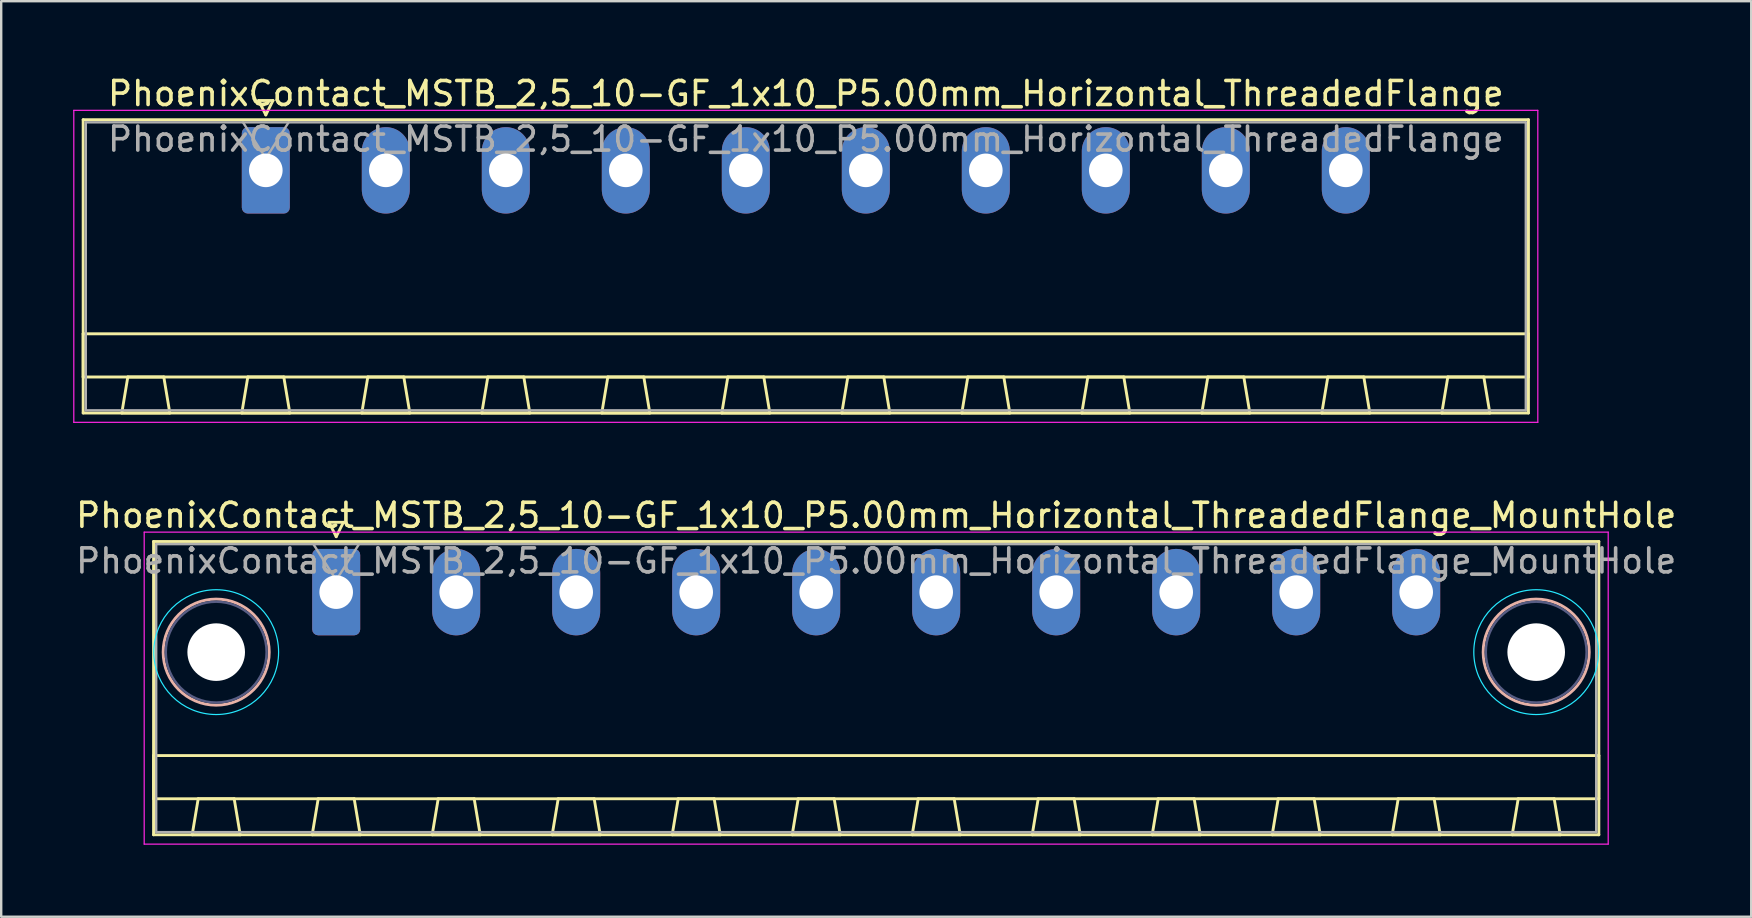
<source format=kicad_pcb>
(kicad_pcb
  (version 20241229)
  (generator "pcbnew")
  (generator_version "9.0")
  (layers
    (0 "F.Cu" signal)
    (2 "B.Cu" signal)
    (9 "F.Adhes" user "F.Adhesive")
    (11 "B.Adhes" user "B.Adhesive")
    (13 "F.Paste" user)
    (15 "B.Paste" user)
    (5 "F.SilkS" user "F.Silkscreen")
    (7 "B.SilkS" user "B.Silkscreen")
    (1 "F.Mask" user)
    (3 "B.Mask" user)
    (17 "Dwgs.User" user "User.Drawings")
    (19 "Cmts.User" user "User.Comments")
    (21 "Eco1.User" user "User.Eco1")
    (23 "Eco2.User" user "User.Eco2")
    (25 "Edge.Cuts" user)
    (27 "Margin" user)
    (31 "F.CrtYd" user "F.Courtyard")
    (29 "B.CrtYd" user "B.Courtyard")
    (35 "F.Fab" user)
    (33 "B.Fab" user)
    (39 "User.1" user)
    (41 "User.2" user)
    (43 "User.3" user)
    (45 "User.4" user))
  (footprint "PhoenixContact_MSTB_2,5_10-GF_1x10_P5.00mm_Horizontal_ThreadedFlange_MountHole"
    (layer "F.Cu")
    (at 10.958 21.622)
    (property "Reference" "PhoenixContact_MSTB_2,5_10-GF_1x10_P5.00mm_Horizontal_ThreadedFlange_MountHole" (at 22.5 -3.2 0) (layer "F.SilkS") (effects (font (size 1 1) (thickness 0.15))))
    (attr through_hole)
    (fp_line (start -7.61 -2.11) (end -7.61 10.11) (stroke (width 0.12) (type solid)) (layer "F.SilkS"))
    (fp_line (start -7.61 6.81) (end 52.61 6.81) (stroke (width 0.12) (type solid)) (layer "F.SilkS"))
    (fp_line (start -7.61 8.61) (end -7.61 6.81) (stroke (width 0.12) (type solid)) (layer "F.SilkS"))
    (fp_line (start -7.61 10.11) (end 52.61 10.11) (stroke (width 0.12) (type solid)) (layer "F.SilkS"))
    (fp_line (start -6 10.11) (end -4 10.11) (stroke (width 0.12) (type solid)) (layer "F.SilkS"))
    (fp_line (start -5.75 8.61) (end -6 10.11) (stroke (width 0.12) (type solid)) (layer "F.SilkS"))
    (fp_line (start -4.25 8.61) (end -5.75 8.61) (stroke (width 0.12) (type solid)) (layer "F.SilkS"))
    (fp_line (start -4 10.11) (end -4.25 8.61) (stroke (width 0.12) (type solid)) (layer "F.SilkS"))
    (fp_line (start -1 10.11) (end 1 10.11) (stroke (width 0.12) (type solid)) (layer "F.SilkS"))
    (fp_line (start -0.75 8.61) (end -1 10.11) (stroke (width 0.12) (type solid)) (layer "F.SilkS"))
    (fp_line (start -0.3 -2.91) (end 0.3 -2.91) (stroke (width 0.12) (type solid)) (layer "F.SilkS"))
    (fp_line (start 0 -2.31) (end -0.3 -2.91) (stroke (width 0.12) (type solid)) (layer "F.SilkS"))
    (fp_line (start 0.3 -2.91) (end 0 -2.31) (stroke (width 0.12) (type solid)) (layer "F.SilkS"))
    (fp_line (start 0.75 8.61) (end -0.75 8.61) (stroke (width 0.12) (type solid)) (layer "F.SilkS"))
    (fp_line (start 1 10.11) (end 0.75 8.61) (stroke (width 0.12) (type solid)) (layer "F.SilkS"))
    (fp_line (start 4 10.11) (end 6 10.11) (stroke (width 0.12) (type solid)) (layer "F.SilkS"))
    (fp_line (start 4.25 8.61) (end 4 10.11) (stroke (width 0.12) (type solid)) (layer "F.SilkS"))
    (fp_line (start 5.75 8.61) (end 4.25 8.61) (stroke (width 0.12) (type solid)) (layer "F.SilkS"))
    (fp_line (start 6 10.11) (end 5.75 8.61) (stroke (width 0.12) (type solid)) (layer "F.SilkS"))
    (fp_line (start 9 10.11) (end 11 10.11) (stroke (width 0.12) (type solid)) (layer "F.SilkS"))
    (fp_line (start 9.25 8.61) (end 9 10.11) (stroke (width 0.12) (type solid)) (layer "F.SilkS"))
    (fp_line (start 10.75 8.61) (end 9.25 8.61) (stroke (width 0.12) (type solid)) (layer "F.SilkS"))
    (fp_line (start 11 10.11) (end 10.75 8.61) (stroke (width 0.12) (type solid)) (layer "F.SilkS"))
    (fp_line (start 14 10.11) (end 16 10.11) (stroke (width 0.12) (type solid)) (layer "F.SilkS"))
    (fp_line (start 14.25 8.61) (end 14 10.11) (stroke (width 0.12) (type solid)) (layer "F.SilkS"))
    (fp_line (start 15.75 8.61) (end 14.25 8.61) (stroke (width 0.12) (type solid)) (layer "F.SilkS"))
    (fp_line (start 16 10.11) (end 15.75 8.61) (stroke (width 0.12) (type solid)) (layer "F.SilkS"))
    (fp_line (start 19 10.11) (end 21 10.11) (stroke (width 0.12) (type solid)) (layer "F.SilkS"))
    (fp_line (start 19.25 8.61) (end 19 10.11) (stroke (width 0.12) (type solid)) (layer "F.SilkS"))
    (fp_line (start 20.75 8.61) (end 19.25 8.61) (stroke (width 0.12) (type solid)) (layer "F.SilkS"))
    (fp_line (start 21 10.11) (end 20.75 8.61) (stroke (width 0.12) (type solid)) (layer "F.SilkS"))
    (fp_line (start 24 10.11) (end 26 10.11) (stroke (width 0.12) (type solid)) (layer "F.SilkS"))
    (fp_line (start 24.25 8.61) (end 24 10.11) (stroke (width 0.12) (type solid)) (layer "F.SilkS"))
    (fp_line (start 25.75 8.61) (end 24.25 8.61) (stroke (width 0.12) (type solid)) (layer "F.SilkS"))
    (fp_line (start 26 10.11) (end 25.75 8.61) (stroke (width 0.12) (type solid)) (layer "F.SilkS"))
    (fp_line (start 29 10.11) (end 31 10.11) (stroke (width 0.12) (type solid)) (layer "F.SilkS"))
    (fp_line (start 29.25 8.61) (end 29 10.11) (stroke (width 0.12) (type solid)) (layer "F.SilkS"))
    (fp_line (start 30.75 8.61) (end 29.25 8.61) (stroke (width 0.12) (type solid)) (layer "F.SilkS"))
    (fp_line (start 31 10.11) (end 30.75 8.61) (stroke (width 0.12) (type solid)) (layer "F.SilkS"))
    (fp_line (start 34 10.11) (end 36 10.11) (stroke (width 0.12) (type solid)) (layer "F.SilkS"))
    (fp_line (start 34.25 8.61) (end 34 10.11) (stroke (width 0.12) (type solid)) (layer "F.SilkS"))
    (fp_line (start 35.75 8.61) (end 34.25 8.61) (stroke (width 0.12) (type solid)) (layer "F.SilkS"))
    (fp_line (start 36 10.11) (end 35.75 8.61) (stroke (width 0.12) (type solid)) (layer "F.SilkS"))
    (fp_line (start 39 10.11) (end 41 10.11) (stroke (width 0.12) (type solid)) (layer "F.SilkS"))
    (fp_line (start 39.25 8.61) (end 39 10.11) (stroke (width 0.12) (type solid)) (layer "F.SilkS"))
    (fp_line (start 40.75 8.61) (end 39.25 8.61) (stroke (width 0.12) (type solid)) (layer "F.SilkS"))
    (fp_line (start 41 10.11) (end 40.75 8.61) (stroke (width 0.12) (type solid)) (layer "F.SilkS"))
    (fp_line (start 44 10.11) (end 46 10.11) (stroke (width 0.12) (type solid)) (layer "F.SilkS"))
    (fp_line (start 44.25 8.61) (end 44 10.11) (stroke (width 0.12) (type solid)) (layer "F.SilkS"))
    (fp_line (start 45.75 8.61) (end 44.25 8.61) (stroke (width 0.12) (type solid)) (layer "F.SilkS"))
    (fp_line (start 46 10.11) (end 45.75 8.61) (stroke (width 0.12) (type solid)) (layer "F.SilkS"))
    (fp_line (start 49 10.11) (end 51 10.11) (stroke (width 0.12) (type solid)) (layer "F.SilkS"))
    (fp_line (start 49.25 8.61) (end 49 10.11) (stroke (width 0.12) (type solid)) (layer "F.SilkS"))
    (fp_line (start 50.75 8.61) (end 49.25 8.61) (stroke (width 0.12) (type solid)) (layer "F.SilkS"))
    (fp_line (start 51 10.11) (end 50.75 8.61) (stroke (width 0.12) (type solid)) (layer "F.SilkS"))
    (fp_line (start 52.61 -2.11) (end -7.61 -2.11) (stroke (width 0.12) (type solid)) (layer "F.SilkS"))
    (fp_line (start 52.61 6.81) (end 52.61 8.61) (stroke (width 0.12) (type solid)) (layer "F.SilkS"))
    (fp_line (start 52.61 8.61) (end -7.61 8.61) (stroke (width 0.12) (type solid)) (layer "F.SilkS"))
    (fp_line (start 52.61 10.11) (end 52.61 -2.11) (stroke (width 0.12) (type solid)) (layer "F.SilkS"))
    (fp_circle (center -5 2.5) (end -2.79 2.5) (stroke (width 0.12) (type solid)) (fill no) (layer "B.SilkS"))
    (fp_circle (center 50 2.5) (end 52.21 2.5) (stroke (width 0.12) (type solid)) (fill no) (layer "B.SilkS"))
    (fp_circle (center -5 2.5) (end -2.4 2.5) (stroke (width 0.05) (type solid)) (fill no) (layer "B.CrtYd"))
    (fp_circle (center 50 2.5) (end 52.6 2.5) (stroke (width 0.05) (type solid)) (fill no) (layer "B.CrtYd"))
    (fp_line (start -8 -2.5) (end -8 10.5) (stroke (width 0.05) (type solid)) (layer "F.CrtYd"))
    (fp_line (start -8 10.5) (end 53 10.5) (stroke (width 0.05) (type solid)) (layer "F.CrtYd"))
    (fp_line (start 53 -2.5) (end -8 -2.5) (stroke (width 0.05) (type solid)) (layer "F.CrtYd"))
    (fp_line (start 53 10.5) (end 53 -2.5) (stroke (width 0.05) (type solid)) (layer "F.CrtYd"))
    (fp_circle (center -5 2.5) (end -2.9 2.5) (stroke (width 0.1) (type solid)) (fill no) (layer "B.Fab"))
    (fp_circle (center 50 2.5) (end 52.1 2.5) (stroke (width 0.1) (type solid)) (fill no) (layer "B.Fab"))
    (fp_line (start -7.5 -2) (end -7.5 10) (stroke (width 0.1) (type solid)) (layer "F.Fab"))
    (fp_line (start -7.5 10) (end 52.5 10) (stroke (width 0.1) (type solid)) (layer "F.Fab"))
    (fp_line (start 0 -0.5) (end -0.95 -2) (stroke (width 0.1) (type solid)) (layer "F.Fab"))
    (fp_line (start 0.95 -2) (end 0 -0.5) (stroke (width 0.1) (type solid)) (layer "F.Fab"))
    (fp_line (start 52.5 -2) (end -7.5 -2) (stroke (width 0.1) (type solid)) (layer "F.Fab"))
    (fp_line (start 52.5 10) (end 52.5 -2) (stroke (width 0.1) (type solid)) (layer "F.Fab"))
    (fp_text user "${REFERENCE}" (at 22.5 -1.3 0) (layer "F.Fab") (effects (font (size 1 1) (thickness 0.15))))
    (pad "" np_thru_hole circle (at -5 2.5) (size 2.4 2.4) (drill 2.4) (layers "*.Cu" "*.Mask"))
    (pad "" np_thru_hole circle (at 50 2.5) (size 2.4 2.4) (drill 2.4) (layers "*.Cu" "*.Mask"))
    (pad "1" thru_hole roundrect (at 0 0) (size 2 3.6) (drill 1.4) (layers "*.Cu" "*.Mask") (roundrect_rratio 0.125))
    (pad "2" thru_hole oval (at 5 0) (size 2 3.6) (drill 1.4) (layers "*.Cu" "*.Mask"))
    (pad "3" thru_hole oval (at 10 0) (size 2 3.6) (drill 1.4) (layers "*.Cu" "*.Mask"))
    (pad "4" thru_hole oval (at 15 0) (size 2 3.6) (drill 1.4) (layers "*.Cu" "*.Mask"))
    (pad "5" thru_hole oval (at 20 0) (size 2 3.6) (drill 1.4) (layers "*.Cu" "*.Mask"))
    (pad "6" thru_hole oval (at 25 0) (size 2 3.6) (drill 1.4) (layers "*.Cu" "*.Mask"))
    (pad "7" thru_hole oval (at 30 0) (size 2 3.6) (drill 1.4) (layers "*.Cu" "*.Mask"))
    (pad "8" thru_hole oval (at 35 0) (size 2 3.6) (drill 1.4) (layers "*.Cu" "*.Mask"))
    (pad "9" thru_hole oval (at 40 0) (size 2 3.6) (drill 1.4) (layers "*.Cu" "*.Mask"))
    (pad "10" thru_hole oval (at 45 0) (size 2 3.6) (drill 1.4) (layers "*.Cu" "*.Mask")))
  (footprint "PhoenixContact_MSTB_2,5_10-GF_1x10_P5.00mm_Horizontal_ThreadedFlange"
    (layer "F.Cu")
    (at 8.025 4.048)
    (property "Reference" "PhoenixContact_MSTB_2,5_10-GF_1x10_P5.00mm_Horizontal_ThreadedFlange" (at 22.5 -3.2 0) (layer "F.SilkS") (effects (font (size 1 1) (thickness 0.15))))
    (attr through_hole)
    (fp_line (start -7.61 -2.11) (end -7.61 10.11) (stroke (width 0.12) (type solid)) (layer "F.SilkS"))
    (fp_line (start -7.61 6.81) (end 52.61 6.81) (stroke (width 0.12) (type solid)) (layer "F.SilkS"))
    (fp_line (start -7.61 8.61) (end -7.61 6.81) (stroke (width 0.12) (type solid)) (layer "F.SilkS"))
    (fp_line (start -7.61 10.11) (end 52.61 10.11) (stroke (width 0.12) (type solid)) (layer "F.SilkS"))
    (fp_line (start -6 10.11) (end -4 10.11) (stroke (width 0.12) (type solid)) (layer "F.SilkS"))
    (fp_line (start -5.75 8.61) (end -6 10.11) (stroke (width 0.12) (type solid)) (layer "F.SilkS"))
    (fp_line (start -4.25 8.61) (end -5.75 8.61) (stroke (width 0.12) (type solid)) (layer "F.SilkS"))
    (fp_line (start -4 10.11) (end -4.25 8.61) (stroke (width 0.12) (type solid)) (layer "F.SilkS"))
    (fp_line (start -1 10.11) (end 1 10.11) (stroke (width 0.12) (type solid)) (layer "F.SilkS"))
    (fp_line (start -0.75 8.61) (end -1 10.11) (stroke (width 0.12) (type solid)) (layer "F.SilkS"))
    (fp_line (start -0.3 -2.91) (end 0.3 -2.91) (stroke (width 0.12) (type solid)) (layer "F.SilkS"))
    (fp_line (start 0 -2.31) (end -0.3 -2.91) (stroke (width 0.12) (type solid)) (layer "F.SilkS"))
    (fp_line (start 0.3 -2.91) (end 0 -2.31) (stroke (width 0.12) (type solid)) (layer "F.SilkS"))
    (fp_line (start 0.75 8.61) (end -0.75 8.61) (stroke (width 0.12) (type solid)) (layer "F.SilkS"))
    (fp_line (start 1 10.11) (end 0.75 8.61) (stroke (width 0.12) (type solid)) (layer "F.SilkS"))
    (fp_line (start 4 10.11) (end 6 10.11) (stroke (width 0.12) (type solid)) (layer "F.SilkS"))
    (fp_line (start 4.25 8.61) (end 4 10.11) (stroke (width 0.12) (type solid)) (layer "F.SilkS"))
    (fp_line (start 5.75 8.61) (end 4.25 8.61) (stroke (width 0.12) (type solid)) (layer "F.SilkS"))
    (fp_line (start 6 10.11) (end 5.75 8.61) (stroke (width 0.12) (type solid)) (layer "F.SilkS"))
    (fp_line (start 9 10.11) (end 11 10.11) (stroke (width 0.12) (type solid)) (layer "F.SilkS"))
    (fp_line (start 9.25 8.61) (end 9 10.11) (stroke (width 0.12) (type solid)) (layer "F.SilkS"))
    (fp_line (start 10.75 8.61) (end 9.25 8.61) (stroke (width 0.12) (type solid)) (layer "F.SilkS"))
    (fp_line (start 11 10.11) (end 10.75 8.61) (stroke (width 0.12) (type solid)) (layer "F.SilkS"))
    (fp_line (start 14 10.11) (end 16 10.11) (stroke (width 0.12) (type solid)) (layer "F.SilkS"))
    (fp_line (start 14.25 8.61) (end 14 10.11) (stroke (width 0.12) (type solid)) (layer "F.SilkS"))
    (fp_line (start 15.75 8.61) (end 14.25 8.61) (stroke (width 0.12) (type solid)) (layer "F.SilkS"))
    (fp_line (start 16 10.11) (end 15.75 8.61) (stroke (width 0.12) (type solid)) (layer "F.SilkS"))
    (fp_line (start 19 10.11) (end 21 10.11) (stroke (width 0.12) (type solid)) (layer "F.SilkS"))
    (fp_line (start 19.25 8.61) (end 19 10.11) (stroke (width 0.12) (type solid)) (layer "F.SilkS"))
    (fp_line (start 20.75 8.61) (end 19.25 8.61) (stroke (width 0.12) (type solid)) (layer "F.SilkS"))
    (fp_line (start 21 10.11) (end 20.75 8.61) (stroke (width 0.12) (type solid)) (layer "F.SilkS"))
    (fp_line (start 24 10.11) (end 26 10.11) (stroke (width 0.12) (type solid)) (layer "F.SilkS"))
    (fp_line (start 24.25 8.61) (end 24 10.11) (stroke (width 0.12) (type solid)) (layer "F.SilkS"))
    (fp_line (start 25.75 8.61) (end 24.25 8.61) (stroke (width 0.12) (type solid)) (layer "F.SilkS"))
    (fp_line (start 26 10.11) (end 25.75 8.61) (stroke (width 0.12) (type solid)) (layer "F.SilkS"))
    (fp_line (start 29 10.11) (end 31 10.11) (stroke (width 0.12) (type solid)) (layer "F.SilkS"))
    (fp_line (start 29.25 8.61) (end 29 10.11) (stroke (width 0.12) (type solid)) (layer "F.SilkS"))
    (fp_line (start 30.75 8.61) (end 29.25 8.61) (stroke (width 0.12) (type solid)) (layer "F.SilkS"))
    (fp_line (start 31 10.11) (end 30.75 8.61) (stroke (width 0.12) (type solid)) (layer "F.SilkS"))
    (fp_line (start 34 10.11) (end 36 10.11) (stroke (width 0.12) (type solid)) (layer "F.SilkS"))
    (fp_line (start 34.25 8.61) (end 34 10.11) (stroke (width 0.12) (type solid)) (layer "F.SilkS"))
    (fp_line (start 35.75 8.61) (end 34.25 8.61) (stroke (width 0.12) (type solid)) (layer "F.SilkS"))
    (fp_line (start 36 10.11) (end 35.75 8.61) (stroke (width 0.12) (type solid)) (layer "F.SilkS"))
    (fp_line (start 39 10.11) (end 41 10.11) (stroke (width 0.12) (type solid)) (layer "F.SilkS"))
    (fp_line (start 39.25 8.61) (end 39 10.11) (stroke (width 0.12) (type solid)) (layer "F.SilkS"))
    (fp_line (start 40.75 8.61) (end 39.25 8.61) (stroke (width 0.12) (type solid)) (layer "F.SilkS"))
    (fp_line (start 41 10.11) (end 40.75 8.61) (stroke (width 0.12) (type solid)) (layer "F.SilkS"))
    (fp_line (start 44 10.11) (end 46 10.11) (stroke (width 0.12) (type solid)) (layer "F.SilkS"))
    (fp_line (start 44.25 8.61) (end 44 10.11) (stroke (width 0.12) (type solid)) (layer "F.SilkS"))
    (fp_line (start 45.75 8.61) (end 44.25 8.61) (stroke (width 0.12) (type solid)) (layer "F.SilkS"))
    (fp_line (start 46 10.11) (end 45.75 8.61) (stroke (width 0.12) (type solid)) (layer "F.SilkS"))
    (fp_line (start 49 10.11) (end 51 10.11) (stroke (width 0.12) (type solid)) (layer "F.SilkS"))
    (fp_line (start 49.25 8.61) (end 49 10.11) (stroke (width 0.12) (type solid)) (layer "F.SilkS"))
    (fp_line (start 50.75 8.61) (end 49.25 8.61) (stroke (width 0.12) (type solid)) (layer "F.SilkS"))
    (fp_line (start 51 10.11) (end 50.75 8.61) (stroke (width 0.12) (type solid)) (layer "F.SilkS"))
    (fp_line (start 52.61 -2.11) (end -7.61 -2.11) (stroke (width 0.12) (type solid)) (layer "F.SilkS"))
    (fp_line (start 52.61 6.81) (end 52.61 8.61) (stroke (width 0.12) (type solid)) (layer "F.SilkS"))
    (fp_line (start 52.61 8.61) (end -7.61 8.61) (stroke (width 0.12) (type solid)) (layer "F.SilkS"))
    (fp_line (start 52.61 10.11) (end 52.61 -2.11) (stroke (width 0.12) (type solid)) (layer "F.SilkS"))
    (fp_line (start -8 -2.5) (end -8 10.5) (stroke (width 0.05) (type solid)) (layer "F.CrtYd"))
    (fp_line (start -8 10.5) (end 53 10.5) (stroke (width 0.05) (type solid)) (layer "F.CrtYd"))
    (fp_line (start 53 -2.5) (end -8 -2.5) (stroke (width 0.05) (type solid)) (layer "F.CrtYd"))
    (fp_line (start 53 10.5) (end 53 -2.5) (stroke (width 0.05) (type solid)) (layer "F.CrtYd"))
    (fp_line (start -7.5 -2) (end -7.5 10) (stroke (width 0.1) (type solid)) (layer "F.Fab"))
    (fp_line (start -7.5 10) (end 52.5 10) (stroke (width 0.1) (type solid)) (layer "F.Fab"))
    (fp_line (start 0 -0.5) (end -0.95 -2) (stroke (width 0.1) (type solid)) (layer "F.Fab"))
    (fp_line (start 0.95 -2) (end 0 -0.5) (stroke (width 0.1) (type solid)) (layer "F.Fab"))
    (fp_line (start 52.5 -2) (end -7.5 -2) (stroke (width 0.1) (type solid)) (layer "F.Fab"))
    (fp_line (start 52.5 10) (end 52.5 -2) (stroke (width 0.1) (type solid)) (layer "F.Fab"))
    (fp_text user "${REFERENCE}" (at 22.5 -1.3 0) (layer "F.Fab") (effects (font (size 1 1) (thickness 0.15))))
    (pad "1" thru_hole roundrect (at 0 0) (size 2 3.6) (drill 1.4) (layers "*.Cu" "*.Mask") (roundrect_rratio 0.125))
    (pad "2" thru_hole oval (at 5 0) (size 2 3.6) (drill 1.4) (layers "*.Cu" "*.Mask"))
    (pad "3" thru_hole oval (at 10 0) (size 2 3.6) (drill 1.4) (layers "*.Cu" "*.Mask"))
    (pad "4" thru_hole oval (at 15 0) (size 2 3.6) (drill 1.4) (layers "*.Cu" "*.Mask"))
    (pad "5" thru_hole oval (at 20 0) (size 2 3.6) (drill 1.4) (layers "*.Cu" "*.Mask"))
    (pad "6" thru_hole oval (at 25 0) (size 2 3.6) (drill 1.4) (layers "*.Cu" "*.Mask"))
    (pad "7" thru_hole oval (at 30 0) (size 2 3.6) (drill 1.4) (layers "*.Cu" "*.Mask"))
    (pad "8" thru_hole oval (at 35 0) (size 2 3.6) (drill 1.4) (layers "*.Cu" "*.Mask"))
    (pad "9" thru_hole oval (at 40 0) (size 2 3.6) (drill 1.4) (layers "*.Cu" "*.Mask"))
    (pad "10" thru_hole oval (at 45 0) (size 2 3.6) (drill 1.4) (layers "*.Cu" "*.Mask")))
  (gr_rect
    (start -3 -3)
    (end 69.917 35.147)
    (stroke (width 0.1) (type default))
    (fill no)
    (layer "Edge.Cuts")))
</source>
